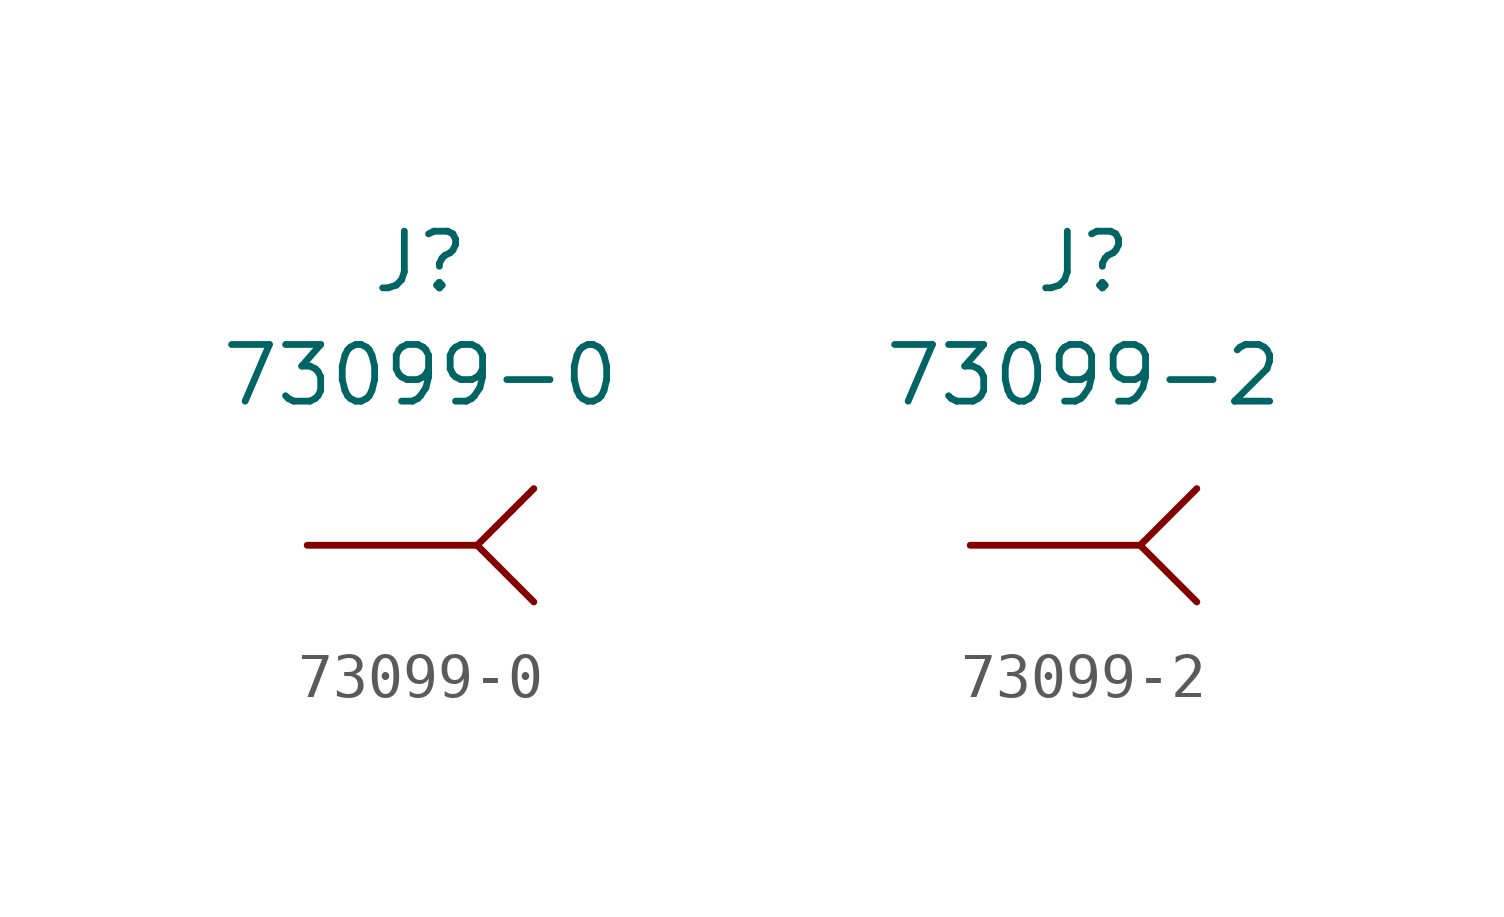
<source format=kicad_sym>
(kicad_symbol_lib
  (version 20211014)
  (generator kicad_symbol_editor)
  (symbol "73099-0"
    (property "Reference" "J"
      (at 0 0 0)
      (effects (font (size 1.27 1.27))))
    (property "Value" "73099-0"
      (at 0 -2.54 0)
      (effects (font (size 1.27 1.27))))
    (symbol "73099-0_0_1"
      (polyline (pts (xy -2.54 -6.35) (xy 1.27 -6.35)) (stroke (width 0) (type default) (color 0 0 0 0)) (fill (type none)))
      (polyline (pts (xy 2.54 -7.62) (xy 1.27 -6.35) (xy 2.54 -5.08)) (stroke (width 0) (type default) (color 0 0 0 0)) (fill (type none))))
    (symbol "73099-0_1_1"
      (pin passive line (at -2.54 -6.35 0) (length 2.54) hide (name "1" (effects (font (size 1.27 1.27)))) (number "1" (effects (font (size 1.27 1.27)))))))
  (symbol "73099-2"
    (property "Reference" "J"
      (at 0 0 0)
      (effects (font (size 1.27 1.27))))
    (property "Value" "73099-2"
      (at 0 -2.54 0)
      (effects (font (size 1.27 1.27))))
    (symbol "73099-2_0_1"
      (polyline (pts (xy -2.54 -6.35) (xy 1.27 -6.35)) (stroke (width 0) (type default) (color 0 0 0 0)) (fill (type none)))
      (polyline (pts (xy 2.54 -7.62) (xy 1.27 -6.35) (xy 2.54 -5.08)) (stroke (width 0) (type default) (color 0 0 0 0)) (fill (type none))))
    (symbol "73099-2_1_1"
      (pin passive line (at -2.54 -6.35 0) (length 2.54) hide (name "1" (effects (font (size 1.27 1.27)))) (number "1" (effects (font (size 1.27 1.27))))))))
</source>
